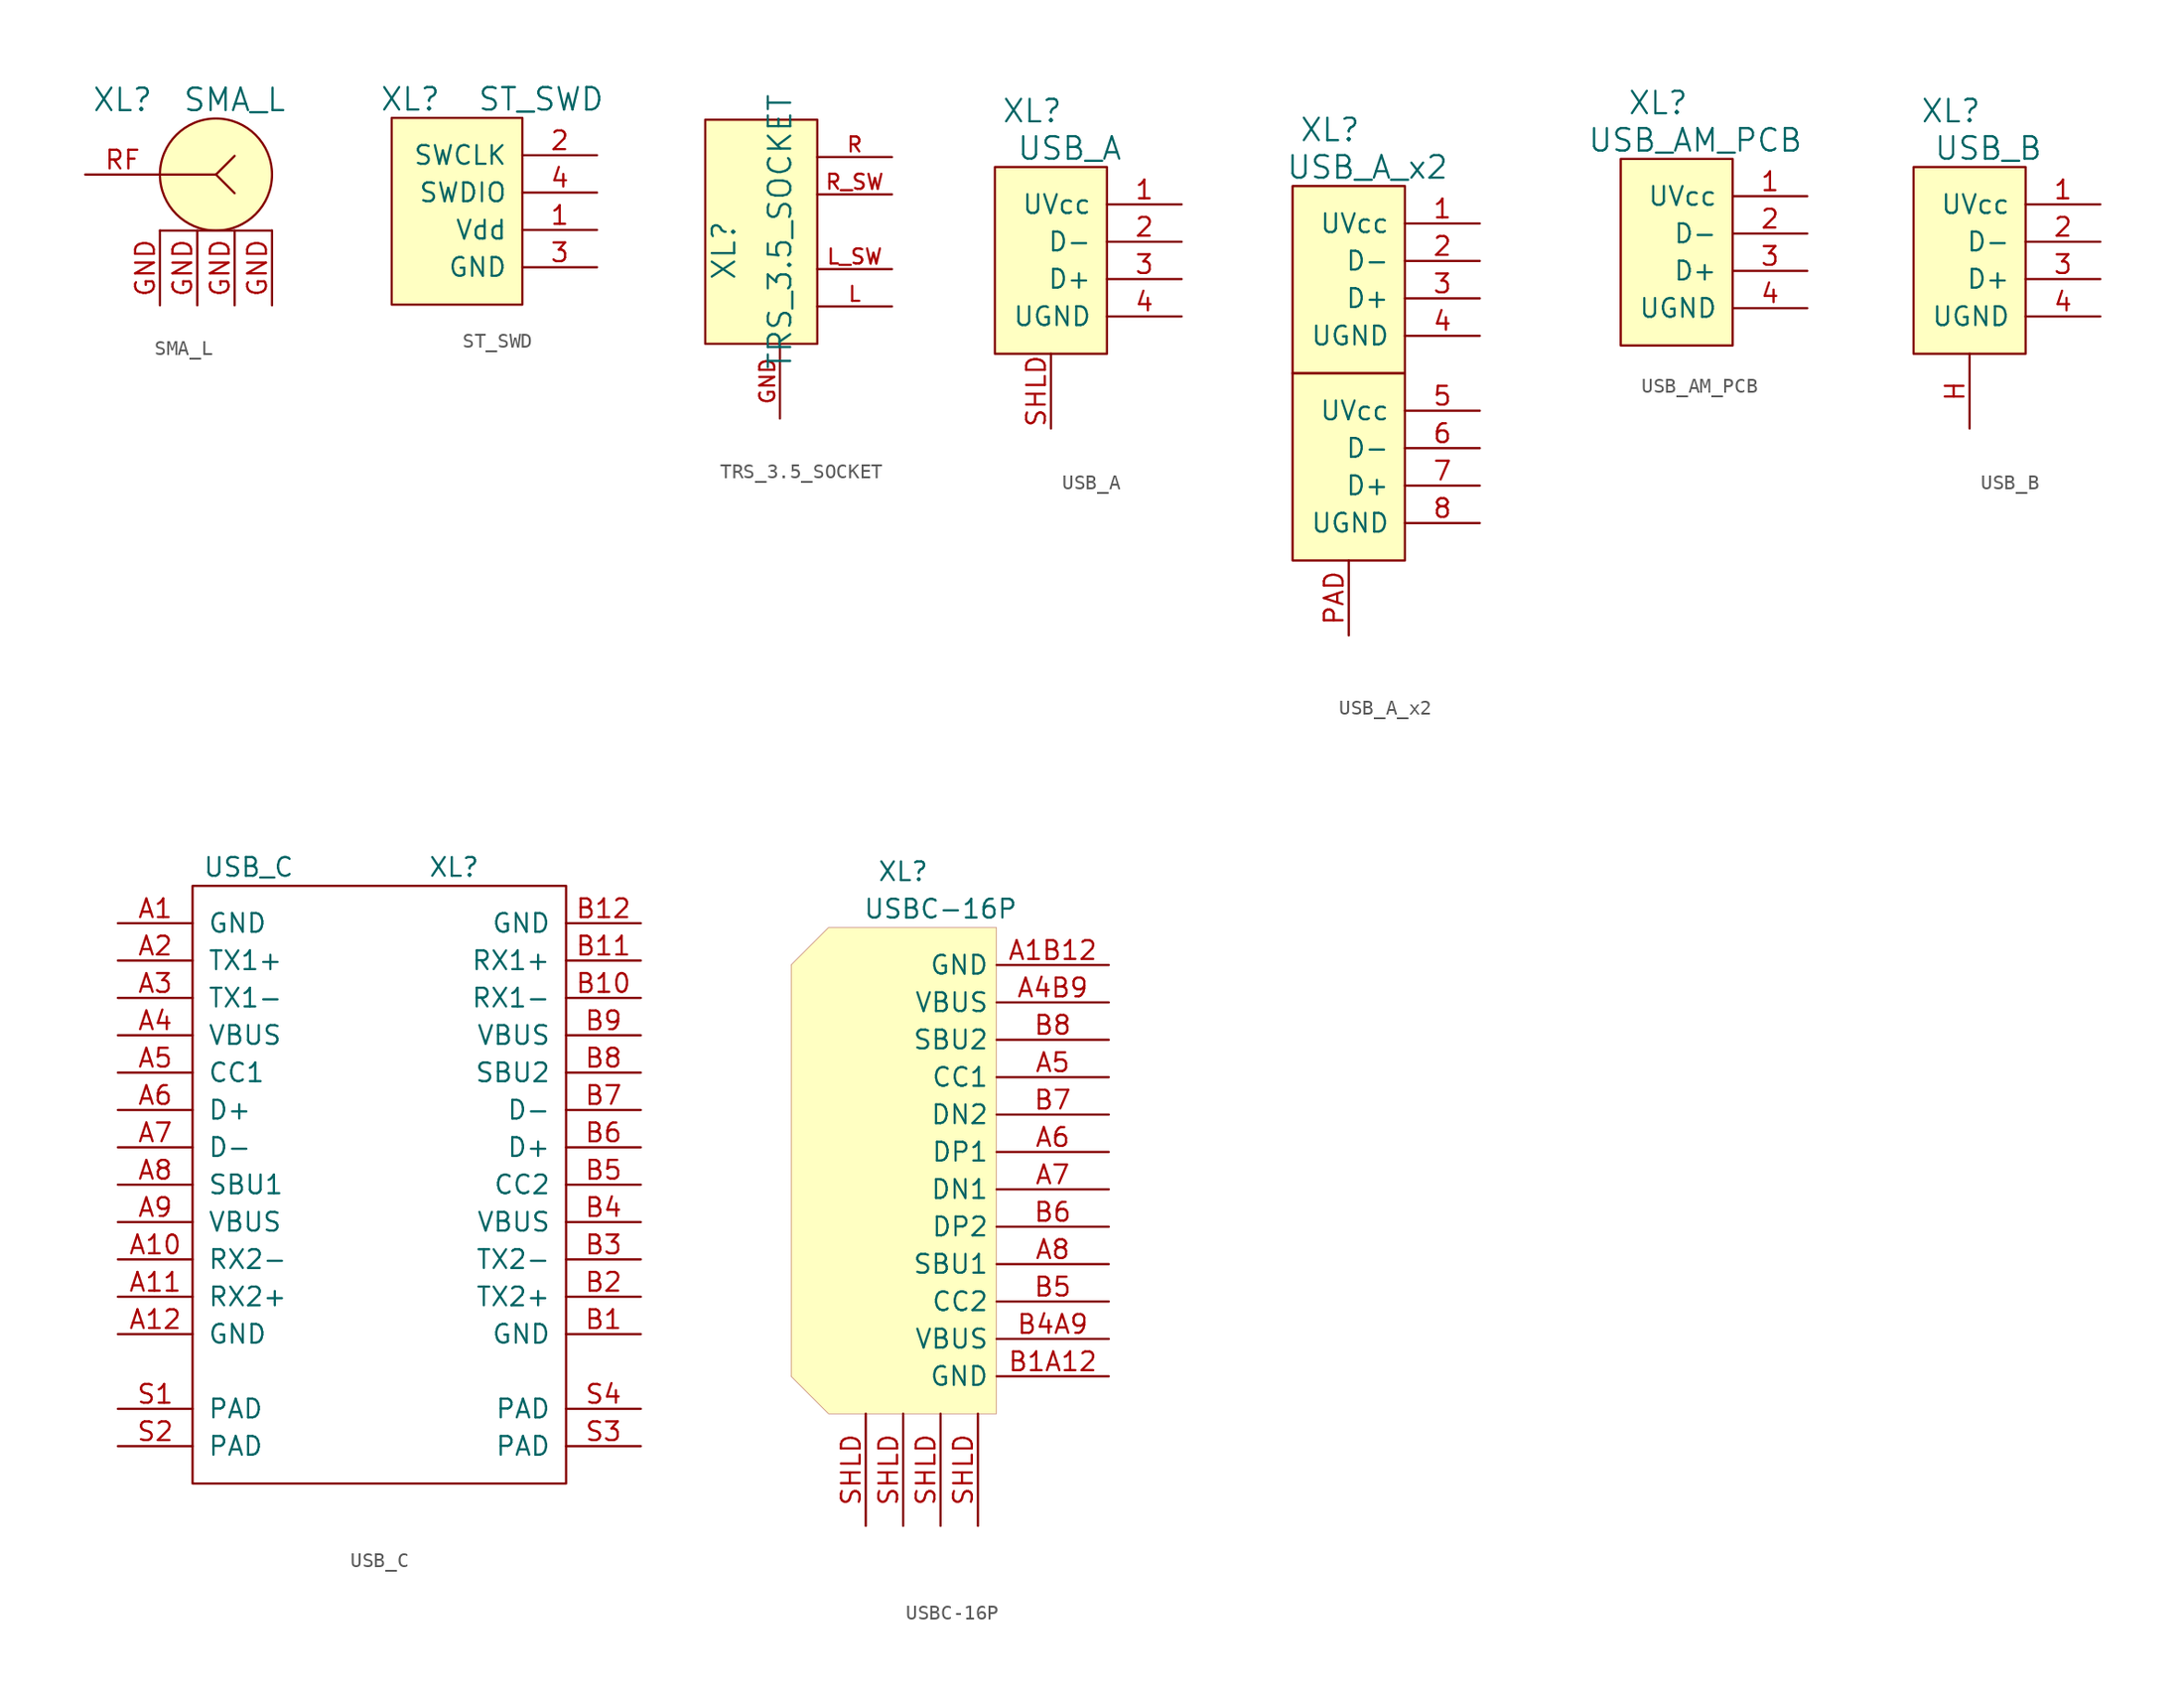
<source format=kicad_sym>
(kicad_symbol_lib
  (version 20201005)
  (generator kicad_symbol_editor)
  (symbol "Connectors_kl:SMA_L"
    (pin_names
      (offset 1.016) hide)
    (property "Reference" "XL"
      (at -6.35 5.08 0)
      (effects (font (size 1.524 1.524))))
    (property "Value" "SMA_L"
      (at 1.27 5.08 0)
      (effects (font (size 1.524 1.524))))
    (property "Footprint" ""
      (at 0 0 0)
      (effects (font (size 1.524 1.524))))
    (property "Datasheet" ""
      (at 0 0 0)
      (effects (font (size 1.524 1.524))))
    (symbol "SMA_L_0_1"
      (circle (center 0 0) (radius 3.81) (stroke (width 0)) (fill (type background)))
      (polyline (pts (xy -3.81 -3.81) (xy 3.81 -3.81) (xy 3.81 -3.81)) (stroke (width 0)) (fill (type none)))
      (polyline (pts (xy 0 0) (xy -3.81 0) (xy -3.81 0)) (stroke (width 0)) (fill (type none)))
      (polyline (pts (xy 1.27 1.27) (xy 0 0) (xy 1.27 -1.27) (xy 1.27 -1.27)) (stroke (width 0)) (fill (type none))))
    (symbol "SMA_L_1_1"
      (pin passive line (at -3.81 -8.89 90) (length 5.08) (name "GND" (effects (font (size 1.27 1.27)))) (number "GND" (effects (font (size 1.27 1.27)))))
      (pin passive line (at -1.27 -8.89 90) (length 5.08) (name "GND" (effects (font (size 1.27 1.27)))) (number "GND" (effects (font (size 1.27 1.27)))))
      (pin passive line (at 1.27 -8.89 90) (length 5.08) (name "GND" (effects (font (size 1.27 1.27)))) (number "GND" (effects (font (size 1.27 1.27)))))
      (pin passive line (at 3.81 -8.89 90) (length 5.08) (name "GND" (effects (font (size 1.27 1.27)))) (number "GND" (effects (font (size 1.27 1.27)))))
      (pin passive line (at -8.89 0 0) (length 5.08) (name "RF" (effects (font (size 1.27 1.27)))) (number "RF" (effects (font (size 1.27 1.27)))))))
  (symbol "Connectors_kl:ST_SWD"
    (pin_names
      (offset 1.016))
    (property "Reference" "XL"
      (at -3.81 7.62 0)
      (effects (font (size 1.524 1.524))))
    (property "Value" "ST_SWD"
      (at 5.08 7.62 0)
      (effects (font (size 1.524 1.524))))
    (symbol "ST_SWD_0_1"
      (rectangle (start 3.81 6.35) (end -5.08 -6.35) (stroke (width 0)) (fill (type background))))
    (symbol "ST_SWD_1_1"
      (pin passive line (at 8.89 -1.27 180) (length 5.08) (name "Vdd" (effects (font (size 1.27 1.27)))) (number "1" (effects (font (size 1.27 1.27)))))
      (pin passive line (at 8.89 3.81 180) (length 5.08) (name "SWCLK" (effects (font (size 1.27 1.27)))) (number "2" (effects (font (size 1.27 1.27)))))
      (pin power_in line (at 8.89 -3.81 180) (length 5.08) (name "GND" (effects (font (size 1.27 1.27)))) (number "3" (effects (font (size 1.27 1.27)))))
      (pin passive line (at 8.89 1.27 180) (length 5.08) (name "SWDIO" (effects (font (size 1.27 1.27)))) (number "4" (effects (font (size 1.27 1.27)))))))
  (symbol "Connectors_kl:TRS_3.5_SOCKET"
    (pin_names
      (offset 1.016))
    (property "Reference" "XL"
      (at -6.35 -1.27 90)
      (effects (font (size 1.524 1.524))))
    (property "Value" "TRS_3.5_SOCKET"
      (at -2.54 0 90)
      (effects (font (size 1.524 1.524))))
    (property "Footprint" ""
      (at 0 0 0)
      (effects (font (size 1.524 1.524))))
    (property "Datasheet" ""
      (at 0 0 0)
      (effects (font (size 1.524 1.524))))
    (symbol "TRS_3.5_SOCKET_0_1"
      (rectangle (start 0 -7.62) (end -7.62 7.62) (stroke (width 0)) (fill (type background))))
    (symbol "TRS_3.5_SOCKET_1_1"
      (pin passive line (at -2.54 -12.7 90) (length 5.08) (name "~" (effects (font (size 1.016 1.016)))) (number "GND" (effects (font (size 1.016 1.016)))))
      (pin passive line (at 5.08 -5.08 180) (length 5.08) (name "~" (effects (font (size 1.016 1.016)))) (number "L" (effects (font (size 1.016 1.016)))))
      (pin passive line (at 5.08 -2.54 180) (length 5.08) (name "~" (effects (font (size 1.016 1.016)))) (number "L_SW" (effects (font (size 1.016 1.016)))))
      (pin passive line (at 5.08 5.08 180) (length 5.08) (name "~" (effects (font (size 1.016 1.016)))) (number "R" (effects (font (size 1.016 1.016)))))
      (pin passive line (at 5.08 2.54 180) (length 5.08) (name "~" (effects (font (size 1.016 1.016)))) (number "R_SW" (effects (font (size 1.016 1.016)))))))
  (symbol "Connectors_kl:USB_A"
    (pin_names
      (offset 1.016))
    (property "Reference" "XL"
      (at -5.08 11.43 0)
      (effects (font (size 1.524 1.524))))
    (property "Value" "USB_A"
      (at -2.54 8.89 0)
      (effects (font (size 1.524 1.524))))
    (property "Footprint" ""
      (at 0 0 0)
      (effects (font (size 1.524 1.524))))
    (property "Datasheet" ""
      (at 0 0 0)
      (effects (font (size 1.524 1.524))))
    (symbol "USB_A_0_1"
      (rectangle (start 0 7.62) (end -7.62 -5.08) (stroke (width 0)) (fill (type background))))
    (symbol "USB_A_1_1"
      (pin power_out line (at 5.08 5.08 180) (length 5.08) (name "UVcc" (effects (font (size 1.27 1.27)))) (number "1" (effects (font (size 1.27 1.27)))))
      (pin passive line (at 5.08 2.54 180) (length 5.08) (name "D-" (effects (font (size 1.27 1.27)))) (number "2" (effects (font (size 1.27 1.27)))))
      (pin passive line (at 5.08 0 180) (length 5.08) (name "D+" (effects (font (size 1.27 1.27)))) (number "3" (effects (font (size 1.27 1.27)))))
      (pin power_out line (at 5.08 -2.54 180) (length 5.08) (name "UGND" (effects (font (size 1.27 1.27)))) (number "4" (effects (font (size 1.27 1.27)))))
      (pin input line (at -3.81 -10.16 90) (length 5.08) (name "~" (effects (font (size 1.27 1.27)))) (number "SHLD" (effects (font (size 1.27 1.27)))))))
  (symbol "Connectors_kl:USB_A_x2"
    (pin_names
      (offset 1.016))
    (property "Reference" "XL"
      (at -5.08 16.51 0)
      (effects (font (size 1.524 1.524))))
    (property "Value" "USB_A_x2"
      (at -2.54 13.97 0)
      (effects (font (size 1.524 1.524))))
    (property "Footprint" ""
      (at 0 5.08 0)
      (effects (font (size 1.524 1.524))))
    (property "Datasheet" ""
      (at 0 5.08 0)
      (effects (font (size 1.524 1.524))))
    (symbol "USB_A_x2_0_1"
      (rectangle (start 0 0) (end -7.62 -12.7) (stroke (width 0)) (fill (type background)))
      (rectangle (start 0 12.7) (end -7.62 0) (stroke (width 0)) (fill (type background))))
    (symbol "USB_A_x2_1_1"
      (pin passive line (at 5.08 10.16 180) (length 5.08) (name "UVcc" (effects (font (size 1.27 1.27)))) (number "1" (effects (font (size 1.27 1.27)))))
      (pin passive line (at 5.08 7.62 180) (length 5.08) (name "D-" (effects (font (size 1.27 1.27)))) (number "2" (effects (font (size 1.27 1.27)))))
      (pin passive line (at 5.08 5.08 180) (length 5.08) (name "D+" (effects (font (size 1.27 1.27)))) (number "3" (effects (font (size 1.27 1.27)))))
      (pin passive line (at 5.08 2.54 180) (length 5.08) (name "UGND" (effects (font (size 1.27 1.27)))) (number "4" (effects (font (size 1.27 1.27)))))
      (pin passive line (at 5.08 -2.54 180) (length 5.08) (name "UVcc" (effects (font (size 1.27 1.27)))) (number "5" (effects (font (size 1.27 1.27)))))
      (pin passive line (at 5.08 -5.08 180) (length 5.08) (name "D-" (effects (font (size 1.27 1.27)))) (number "6" (effects (font (size 1.27 1.27)))))
      (pin passive line (at 5.08 -7.62 180) (length 5.08) (name "D+" (effects (font (size 1.27 1.27)))) (number "7" (effects (font (size 1.27 1.27)))))
      (pin passive line (at 5.08 -10.16 180) (length 5.08) (name "UGND" (effects (font (size 1.27 1.27)))) (number "8" (effects (font (size 1.27 1.27)))))
      (pin passive line (at -3.81 -17.78 90) (length 5.08) (name "~" (effects (font (size 1.27 1.27)))) (number "PAD" (effects (font (size 1.27 1.27)))))))
  (symbol "Connectors_kl:USB_AM_PCB"
    (pin_names
      (offset 1.016))
    (property "Reference" "XL"
      (at -5.08 10.16 0)
      (effects (font (size 1.524 1.524))))
    (property "Value" "USB_AM_PCB"
      (at -2.54 7.62 0)
      (effects (font (size 1.524 1.524))))
    (property "Footprint" ""
      (at 0 0 0)
      (effects (font (size 1.524 1.524))))
    (property "Datasheet" ""
      (at 0 0 0)
      (effects (font (size 1.524 1.524))))
    (symbol "USB_AM_PCB_0_1"
      (rectangle (start 0 -6.35) (end -7.62 6.35) (stroke (width 0)) (fill (type background))))
    (symbol "USB_AM_PCB_1_1"
      (pin power_out line (at 5.08 3.81 180) (length 5.08) (name "UVcc" (effects (font (size 1.27 1.27)))) (number "1" (effects (font (size 1.27 1.27)))))
      (pin passive line (at 5.08 1.27 180) (length 5.08) (name "D-" (effects (font (size 1.27 1.27)))) (number "2" (effects (font (size 1.27 1.27)))))
      (pin passive line (at 5.08 -1.27 180) (length 5.08) (name "D+" (effects (font (size 1.27 1.27)))) (number "3" (effects (font (size 1.27 1.27)))))
      (pin power_out line (at 5.08 -3.81 180) (length 5.08) (name "UGND" (effects (font (size 1.27 1.27)))) (number "4" (effects (font (size 1.27 1.27)))))))
  (symbol "Connectors_kl:USB_B"
    (pin_names
      (offset 1.016))
    (property "Reference" "XL"
      (at -5.08 11.43 0)
      (effects (font (size 1.524 1.524))))
    (property "Value" "USB_B"
      (at -2.54 8.89 0)
      (effects (font (size 1.524 1.524))))
    (property "Footprint" ""
      (at 0 0 0)
      (effects (font (size 1.524 1.524))))
    (property "Datasheet" ""
      (at 0 0 0)
      (effects (font (size 1.524 1.524))))
    (symbol "USB_B_0_1"
      (rectangle (start 0 -5.08) (end -7.62 7.62) (stroke (width 0)) (fill (type background))))
    (symbol "USB_B_1_1"
      (pin power_out line (at 5.08 5.08 180) (length 5.08) (name "UVcc" (effects (font (size 1.27 1.27)))) (number "1" (effects (font (size 1.27 1.27)))))
      (pin passive line (at 5.08 2.54 180) (length 5.08) (name "D-" (effects (font (size 1.27 1.27)))) (number "2" (effects (font (size 1.27 1.27)))))
      (pin passive line (at 5.08 0 180) (length 5.08) (name "D+" (effects (font (size 1.27 1.27)))) (number "3" (effects (font (size 1.27 1.27)))))
      (pin power_out line (at 5.08 -2.54 180) (length 5.08) (name "UGND" (effects (font (size 1.27 1.27)))) (number "4" (effects (font (size 1.27 1.27)))))
      (pin passive line (at -3.81 -10.16 90) (length 5.08) (name "~" (effects (font (size 1.27 1.27)))) (number "H" (effects (font (size 1.27 1.27)))))))
  (symbol "Connectors_kl:USB_C"
    (pin_names
      (offset 1.016))
    (property "Reference" "XL"
      (at 5.08 21.59 0)
      (effects (font (size 1.27 1.27))))
    (property "Value" "USB_C"
      (at -8.89 21.59 0)
      (effects (font (size 1.27 1.27))))
    (symbol "USB_C_0_1"
      (rectangle (start -12.7 20.32) (end 12.7 -20.32) (stroke (width 0)) (fill (type none)))
      (pin passive line (at 17.78 -10.16 180) (length 5.08) (name "GND" (effects (font (size 1.27 1.27)))) (number "B1" (effects (font (size 1.27 1.27)))))
      (pin passive line (at 17.78 12.7 180) (length 5.08) (name "RX1-" (effects (font (size 1.27 1.27)))) (number "B10" (effects (font (size 1.27 1.27)))))
      (pin passive line (at 17.78 15.24 180) (length 5.08) (name "RX1+" (effects (font (size 1.27 1.27)))) (number "B11" (effects (font (size 1.27 1.27)))))
      (pin passive line (at 17.78 17.78 180) (length 5.08) (name "GND" (effects (font (size 1.27 1.27)))) (number "B12" (effects (font (size 1.27 1.27)))))
      (pin passive line (at 17.78 -7.62 180) (length 5.08) (name "TX2+" (effects (font (size 1.27 1.27)))) (number "B2" (effects (font (size 1.27 1.27)))))
      (pin passive line (at 17.78 -5.08 180) (length 5.08) (name "TX2-" (effects (font (size 1.27 1.27)))) (number "B3" (effects (font (size 1.27 1.27)))))
      (pin passive line (at 17.78 -2.54 180) (length 5.08) (name "VBUS" (effects (font (size 1.27 1.27)))) (number "B4" (effects (font (size 1.27 1.27)))))
      (pin passive line (at 17.78 0 180) (length 5.08) (name "CC2" (effects (font (size 1.27 1.27)))) (number "B5" (effects (font (size 1.27 1.27)))))
      (pin passive line (at 17.78 2.54 180) (length 5.08) (name "D+" (effects (font (size 1.27 1.27)))) (number "B6" (effects (font (size 1.27 1.27)))))
      (pin passive line (at 17.78 5.08 180) (length 5.08) (name "D-" (effects (font (size 1.27 1.27)))) (number "B7" (effects (font (size 1.27 1.27)))))
      (pin passive line (at 17.78 7.62 180) (length 5.08) (name "SBU2" (effects (font (size 1.27 1.27)))) (number "B8" (effects (font (size 1.27 1.27)))))
      (pin passive line (at 17.78 10.16 180) (length 5.08) (name "VBUS" (effects (font (size 1.27 1.27)))) (number "B9" (effects (font (size 1.27 1.27)))))
      (pin passive line (at 17.78 -17.78 180) (length 5.08) (name "PAD" (effects (font (size 1.27 1.27)))) (number "S3" (effects (font (size 1.27 1.27)))))
      (pin passive line (at 17.78 -15.24 180) (length 5.08) (name "PAD" (effects (font (size 1.27 1.27)))) (number "S4" (effects (font (size 1.27 1.27))))))
    (symbol "USB_C_1_1"
      (pin passive line (at -17.78 17.78 0) (length 5.08) (name "GND" (effects (font (size 1.27 1.27)))) (number "A1" (effects (font (size 1.27 1.27)))))
      (pin passive line (at -17.78 -5.08 0) (length 5.08) (name "RX2-" (effects (font (size 1.27 1.27)))) (number "A10" (effects (font (size 1.27 1.27)))))
      (pin passive line (at -17.78 -7.62 0) (length 5.08) (name "RX2+" (effects (font (size 1.27 1.27)))) (number "A11" (effects (font (size 1.27 1.27)))))
      (pin passive line (at -17.78 -10.16 0) (length 5.08) (name "GND" (effects (font (size 1.27 1.27)))) (number "A12" (effects (font (size 1.27 1.27)))))
      (pin passive line (at -17.78 15.24 0) (length 5.08) (name "TX1+" (effects (font (size 1.27 1.27)))) (number "A2" (effects (font (size 1.27 1.27)))))
      (pin passive line (at -17.78 12.7 0) (length 5.08) (name "TX1-" (effects (font (size 1.27 1.27)))) (number "A3" (effects (font (size 1.27 1.27)))))
      (pin passive line (at -17.78 10.16 0) (length 5.08) (name "VBUS" (effects (font (size 1.27 1.27)))) (number "A4" (effects (font (size 1.27 1.27)))))
      (pin passive line (at -17.78 7.62 0) (length 5.08) (name "CC1" (effects (font (size 1.27 1.27)))) (number "A5" (effects (font (size 1.27 1.27)))))
      (pin passive line (at -17.78 5.08 0) (length 5.08) (name "D+" (effects (font (size 1.27 1.27)))) (number "A6" (effects (font (size 1.27 1.27)))))
      (pin passive line (at -17.78 2.54 0) (length 5.08) (name "D-" (effects (font (size 1.27 1.27)))) (number "A7" (effects (font (size 1.27 1.27)))))
      (pin passive line (at -17.78 0 0) (length 5.08) (name "SBU1" (effects (font (size 1.27 1.27)))) (number "A8" (effects (font (size 1.27 1.27)))))
      (pin passive line (at -17.78 -2.54 0) (length 5.08) (name "VBUS" (effects (font (size 1.27 1.27)))) (number "A9" (effects (font (size 1.27 1.27)))))
      (pin passive line (at -17.78 -15.24 0) (length 5.08) (name "PAD" (effects (font (size 1.27 1.27)))) (number "S1" (effects (font (size 1.27 1.27)))))
      (pin passive line (at -17.78 -17.78 0) (length 5.08) (name "PAD" (effects (font (size 1.27 1.27)))) (number "S2" (effects (font (size 1.27 1.27)))))))
  (symbol "Connectors_kl:USBC-16P"
    (property "Reference" "XL"
      (at -2.54 12.7 0)
      (effects (font (size 1.27 1.27))))
    (property "Value" "USBC-16P"
      (at 0 10.16 0)
      (effects (font (size 1.27 1.27))))
    (symbol "USBC-16P_0_1"
      (polyline (pts (xy 3.81 8.89) (xy 3.81 -24.13) (xy -7.62 -24.13) (xy -10.16 -21.59) (xy -10.16 6.35) (xy -7.62 8.89) (xy 3.81 8.89)) (stroke (width 0.001)) (fill (type background))))
    (symbol "USBC-16P_1_1"
      (pin passive line (at 11.43 6.35 180) (length 7.62) (name "GND" (effects (font (size 1.27 1.27)))) (number "A1B12" (effects (font (size 1.27 1.27)))))
      (pin passive line (at 11.43 3.81 180) (length 7.62) (name "VBUS" (effects (font (size 1.27 1.27)))) (number "A4B9" (effects (font (size 1.27 1.27)))))
      (pin passive line (at 11.43 1.27 180) (length 7.62) (name "SBU2" (effects (font (size 1.27 1.27)))) (number "B8" (effects (font (size 1.27 1.27)))))
      (pin passive line (at 11.43 -1.27 180) (length 7.62) (name "CC1" (effects (font (size 1.27 1.27)))) (number "A5" (effects (font (size 1.27 1.27)))))
      (pin passive line (at 11.43 -3.81 180) (length 7.62) (name "DN2" (effects (font (size 1.27 1.27)))) (number "B7" (effects (font (size 1.27 1.27)))))
      (pin passive line (at 11.43 -6.35 180) (length 7.62) (name "DP1" (effects (font (size 1.27 1.27)))) (number "A6" (effects (font (size 1.27 1.27)))))
      (pin passive line (at 11.43 -8.89 180) (length 7.62) (name "DN1" (effects (font (size 1.27 1.27)))) (number "A7" (effects (font (size 1.27 1.27)))))
      (pin passive line (at 11.43 -11.43 180) (length 7.62) (name "DP2" (effects (font (size 1.27 1.27)))) (number "B6" (effects (font (size 1.27 1.27)))))
      (pin passive line (at 11.43 -13.97 180) (length 7.62) (name "SBU1" (effects (font (size 1.27 1.27)))) (number "A8" (effects (font (size 1.27 1.27)))))
      (pin passive line (at 11.43 -16.51 180) (length 7.62) (name "CC2" (effects (font (size 1.27 1.27)))) (number "B5" (effects (font (size 1.27 1.27)))))
      (pin passive line (at 11.43 -19.05 180) (length 7.62) (name "VBUS" (effects (font (size 1.27 1.27)))) (number "B4A9" (effects (font (size 1.27 1.27)))))
      (pin passive line (at 11.43 -21.59 180) (length 7.62) (name "GND" (effects (font (size 1.27 1.27)))) (number "B1A12" (effects (font (size 1.27 1.27)))))
      (pin passive line (at 0 -31.75 90) (length 7.62) (name "" (effects (font (size 1.27 1.27)))) (number "SHLD" (effects (font (size 1.27 1.27)))))
      (pin passive line (at 2.54 -31.75 90) (length 7.62) (name "" (effects (font (size 1.27 1.27)))) (number "SHLD" (effects (font (size 1.27 1.27)))))
      (pin passive line (at -2.54 -31.75 90) (length 7.62) (name "" (effects (font (size 1.27 1.27)))) (number "SHLD" (effects (font (size 1.27 1.27)))))
      (pin passive line (at -5.08 -31.75 90) (length 7.62) (name "" (effects (font (size 1.27 1.27)))) (number "SHLD" (effects (font (size 1.27 1.27))))))))
</source>
